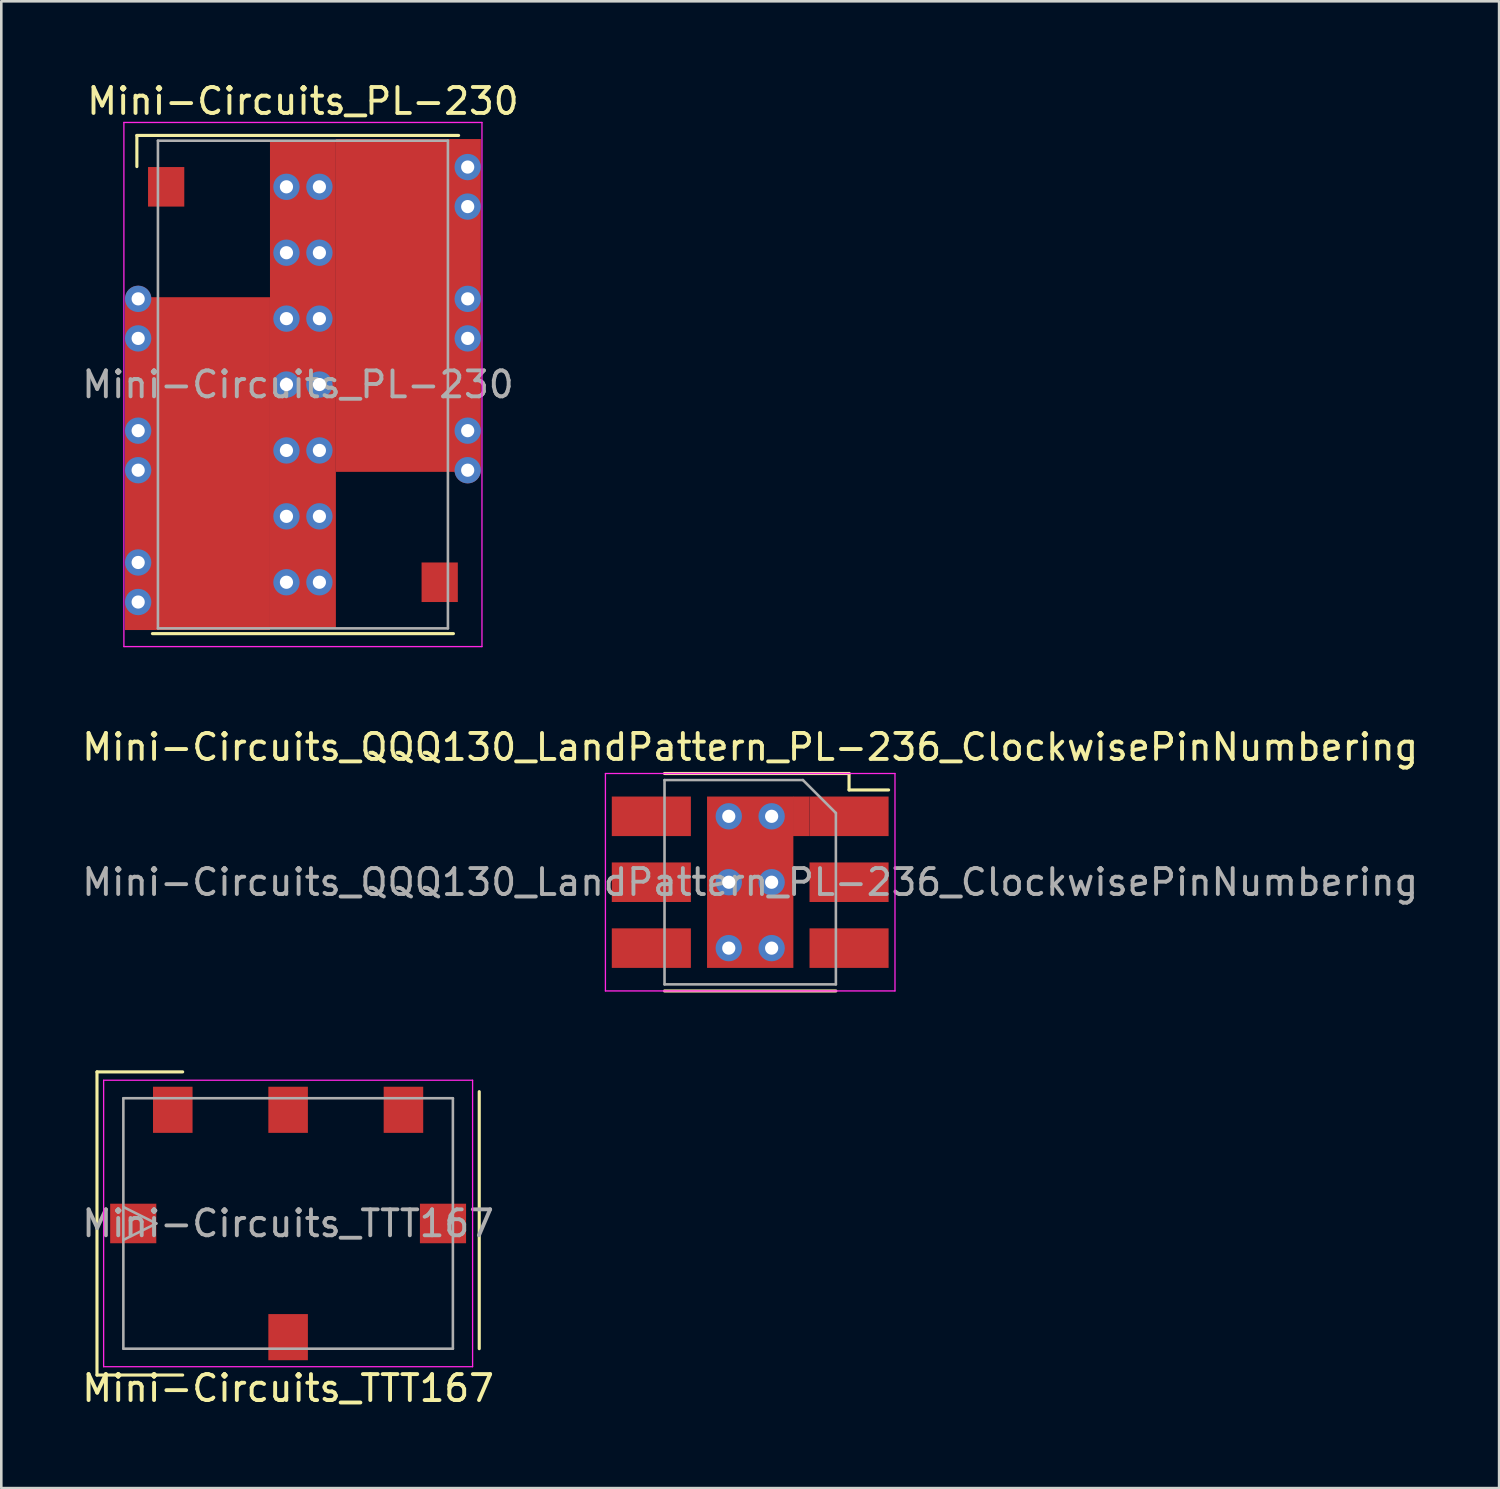
<source format=kicad_pcb>
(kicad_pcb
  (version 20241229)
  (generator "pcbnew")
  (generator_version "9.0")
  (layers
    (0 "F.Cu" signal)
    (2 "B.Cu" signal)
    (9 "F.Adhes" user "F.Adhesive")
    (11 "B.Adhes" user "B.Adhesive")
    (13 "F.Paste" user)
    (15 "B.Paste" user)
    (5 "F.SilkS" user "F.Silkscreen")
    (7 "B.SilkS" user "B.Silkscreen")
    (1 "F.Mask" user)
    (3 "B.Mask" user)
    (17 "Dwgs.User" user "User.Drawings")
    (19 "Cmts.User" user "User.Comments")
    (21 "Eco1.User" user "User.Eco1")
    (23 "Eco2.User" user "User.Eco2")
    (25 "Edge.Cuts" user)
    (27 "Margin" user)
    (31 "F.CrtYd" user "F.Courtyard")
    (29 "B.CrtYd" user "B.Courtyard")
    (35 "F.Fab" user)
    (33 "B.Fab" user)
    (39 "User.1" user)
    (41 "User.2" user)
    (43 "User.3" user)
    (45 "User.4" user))
  (footprint "Mini-Circuits_TTT167"
    (layer "F.Cu")
    (at 8.054 44.103)
    (property "Reference" "Mini-Circuits_TTT167" (at 0 6.35 180) (layer "F.SilkS") (effects (font (size 1 1) (thickness 0.15))))
    (attr smd)
    (fp_line (start -7.366 -5.842) (end -7.366 5.842) (stroke (width 0.12) (type solid)) (layer "F.SilkS"))
    (fp_line (start -7.366 5.842) (end -4.064 5.842) (stroke (width 0.12) (type solid)) (layer "F.SilkS"))
    (fp_line (start -4.064 -5.842) (end -7.366 -5.842) (stroke (width 0.12) (type solid)) (layer "F.SilkS"))
    (fp_line (start 7.366 4.826) (end 7.366 -5.08) (stroke (width 0.12) (type solid)) (layer "F.SilkS"))
    (fp_line (start -7.11 -5.52) (end -7.11 5.52) (stroke (width 0.05) (type solid)) (layer "F.CrtYd"))
    (fp_line (start -7.11 -5.52) (end 7.11 -5.52) (stroke (width 0.05) (type solid)) (layer "F.CrtYd"))
    (fp_line (start 7.11 5.52) (end -7.11 5.52) (stroke (width 0.05) (type solid)) (layer "F.CrtYd"))
    (fp_line (start 7.11 5.52) (end 7.11 -5.52) (stroke (width 0.05) (type solid)) (layer "F.CrtYd"))
    (fp_line (start -6.35 -4.826) (end 6.35 -4.826) (stroke (width 0.1) (type solid)) (layer "F.Fab"))
    (fp_line (start -6.35 -0.635) (end -5.08 0) (stroke (width 0.1) (type solid)) (layer "F.Fab"))
    (fp_line (start -6.35 4.826) (end -6.35 -4.826) (stroke (width 0.1) (type solid)) (layer "F.Fab"))
    (fp_line (start -5.08 0) (end -6.35 0.635) (stroke (width 0.1) (type solid)) (layer "F.Fab"))
    (fp_line (start 6.35 -4.826) (end 6.35 4.826) (stroke (width 0.1) (type solid)) (layer "F.Fab"))
    (fp_line (start 6.35 4.826) (end -6.35 4.826) (stroke (width 0.1) (type solid)) (layer "F.Fab"))
    (fp_text user "${REFERENCE}" (at 0 0 180) (layer "F.Fab") (effects (font (size 1 1) (thickness 0.15))))
    (pad "1" smd rect (at -5.969 0) (size 1.778 1.524) (layers "F.Cu" "F.Mask" "F.Paste"))
    (pad "2" smd rect (at 5.969 0 180) (size 1.778 1.524) (layers "F.Cu" "F.Mask" "F.Paste"))
    (pad "3" smd rect (at 0 -4.381 270) (size 1.778 1.524) (layers "F.Cu" "F.Mask" "F.Paste"))
    (pad "4" smd rect (at 0 4.381 90) (size 1.778 1.524) (layers "F.Cu" "F.Mask" "F.Paste"))
    (pad "5" smd rect (at 4.445 -4.381 270) (size 1.778 1.524) (layers "F.Cu" "F.Mask" "F.Paste"))
    (pad "6" smd rect (at -4.445 -4.381 270) (size 1.778 1.524) (layers "F.Cu" "F.Mask" "F.Paste")))
  (footprint "Mini-Circuits_PL-230"
    (layer "F.Cu")
    (at 8.625 11.77)
    (property "Reference" "Mini-Circuits_PL-230" (at 0 -10.922 0) (layer "F.SilkS") (effects (font (size 1 1) (thickness 0.15))))
    (attr smd)
    (fp_line (start -6.4 -9.6) (end -6.4 -8.4) (stroke (width 0.12) (type solid)) (layer "F.SilkS"))
    (fp_line (start 5.8 9.6) (end -5.8 9.6) (stroke (width 0.12) (type solid)) (layer "F.SilkS"))
    (fp_line (start 6 -9.6) (end -6.4 -9.6) (stroke (width 0.12) (type solid)) (layer "F.SilkS"))
    (fp_line (start -6.9 -10.1) (end 6.9 -10.1) (stroke (width 0.05) (type solid)) (layer "F.CrtYd"))
    (fp_line (start -6.9 10.1) (end -6.9 -10.1) (stroke (width 0.05) (type solid)) (layer "F.CrtYd"))
    (fp_line (start 6.9 -10.1) (end 6.9 10.1) (stroke (width 0.05) (type solid)) (layer "F.CrtYd"))
    (fp_line (start 6.9 10.1) (end -6.9 10.1) (stroke (width 0.05) (type solid)) (layer "F.CrtYd"))
    (fp_line (start -5.588 -9.398) (end -5.588 9.398) (stroke (width 0.1) (type solid)) (layer "F.Fab"))
    (fp_line (start 5.588 -9.398) (end -5.588 -9.398) (stroke (width 0.1) (type solid)) (layer "F.Fab"))
    (fp_line (start 5.588 9.398) (end -5.588 9.398) (stroke (width 0.1) (type solid)) (layer "F.Fab"))
    (fp_line (start 5.588 9.398) (end 5.588 -9.398) (stroke (width 0.1) (type solid)) (layer "F.Fab"))
    (fp_text user "${REFERENCE}" (at -0.191 0 180) (layer "F.Fab") (effects (font (size 1 1) (thickness 0.15))))
    (pad "1" smd rect (at -5.271 -7.62 270) (size 1.524 1.397) (layers "F.Cu" "F.Mask" "F.Paste"))
    (pad "2" smd rect (at 5.271 -7.62 270) (size 1.524 1.397) (layers "F.Cu" "F.Mask" "F.Paste"))
    (pad "2" thru_hole circle (at 6.35 -8.382 270) (size 1.016 1.016) (drill 0.508) (layers "*.Cu"))
    (pad "2" thru_hole circle (at 6.35 -6.858 270) (size 1.016 1.016) (drill 0.508) (layers "*.Cu"))
    (pad "3" thru_hole circle (at -6.35 -3.302 270) (size 1.016 1.016) (drill 0.508) (layers "*.Cu"))
    (pad "3" thru_hole circle (at -6.35 -1.778 270) (size 1.016 1.016) (drill 0.508) (layers "*.Cu"))
    (pad "3" smd rect (at -5.271 -2.54 270) (size 1.524 1.397) (layers "F.Cu" "F.Mask" "F.Paste"))
    (pad "4" smd rect (at 5.271 -2.54 270) (size 1.524 1.397) (layers "F.Cu" "F.Mask" "F.Paste"))
    (pad "4" thru_hole circle (at 6.35 -3.302 270) (size 1.016 1.016) (drill 0.508) (layers "*.Cu"))
    (pad "4" thru_hole circle (at 6.35 -1.778 270) (size 1.016 1.016) (drill 0.508) (layers "*.Cu"))
    (pad "5" thru_hole circle (at -6.35 1.778 270) (size 1.016 1.016) (drill 0.508) (layers "*.Cu"))
    (pad "5" thru_hole circle (at -6.35 3.302 270) (size 1.016 1.016) (drill 0.508) (layers "*.Cu"))
    (pad "5" smd rect (at -5.271 2.54 270) (size 1.524 1.397) (layers "F.Cu" "F.Mask" "F.Paste"))
    (pad "6" smd rect (at 5.271 2.54 270) (size 1.524 1.397) (layers "F.Cu" "F.Mask" "F.Paste"))
    (pad "6" thru_hole circle (at 6.35 1.778 270) (size 1.016 1.016) (drill 0.508) (layers "*.Cu"))
    (pad "6" thru_hole circle (at 6.35 3.302 270) (size 1.016 1.016) (drill 0.508) (layers "*.Cu"))
    (pad "7" thru_hole circle (at -6.35 6.858 270) (size 1.016 1.016) (drill 0.508) (layers "*.Cu"))
    (pad "7" thru_hole circle (at -6.35 8.382 270) (size 1.016 1.016) (drill 0.508) (layers "*.Cu"))
    (pad "7" smd rect (at -5.271 7.62 270) (size 1.524 1.397) (layers "F.Cu" "F.Mask" "F.Paste"))
    (pad "7" smd rect (at -4.064 3.048 270) (size 12.827 5.588) (layers "F.Cu"))
    (pad "7" thru_hole circle (at -0.635 -7.62 270) (size 1.016 1.016) (drill 0.508) (layers "*.Cu"))
    (pad "7" thru_hole circle (at -0.635 -5.08 270) (size 1.016 1.016) (drill 0.508) (layers "*.Cu"))
    (pad "7" thru_hole circle (at -0.635 -2.54 270) (size 1.016 1.016) (drill 0.508) (layers "*.Cu"))
    (pad "7" thru_hole circle (at -0.635 0 270) (size 1.016 1.016) (drill 0.508) (layers "*.Cu"))
    (pad "7" thru_hole circle (at -0.635 2.54 270) (size 1.016 1.016) (drill 0.508) (layers "*.Cu"))
    (pad "7" thru_hole circle (at -0.635 5.08 270) (size 1.016 1.016) (drill 0.508) (layers "*.Cu"))
    (pad "7" thru_hole circle (at -0.635 7.62 270) (size 1.016 1.016) (drill 0.508) (layers "*.Cu"))
    (pad "7" smd rect (at 0 0 270) (size 18.796 2.54) (layers "F.Cu"))
    (pad "7" thru_hole circle (at 0.635 -7.62 270) (size 1.016 1.016) (drill 0.508) (layers "*.Cu"))
    (pad "7" thru_hole circle (at 0.635 -5.08 270) (size 1.016 1.016) (drill 0.508) (layers "*.Cu"))
    (pad "7" thru_hole circle (at 0.635 -2.54 270) (size 1.016 1.016) (drill 0.508) (layers "*.Cu"))
    (pad "7" thru_hole circle (at 0.635 0 270) (size 1.016 1.016) (drill 0.508) (layers "*.Cu"))
    (pad "7" thru_hole circle (at 0.635 2.54 270) (size 1.016 1.016) (drill 0.508) (layers "*.Cu"))
    (pad "7" thru_hole circle (at 0.635 5.08 270) (size 1.016 1.016) (drill 0.508) (layers "*.Cu"))
    (pad "7" thru_hole circle (at 0.635 7.62 270) (size 1.016 1.016) (drill 0.508) (layers "*.Cu"))
    (pad "7" smd rect (at 4.064 -3.048 270) (size 12.827 5.588) (layers "F.Cu"))
    (pad "8" smd rect (at 5.271 7.62 270) (size 1.524 1.397) (layers "F.Cu" "F.Mask" "F.Paste")))
  (footprint "Mini-Circuits_QQQ130_LandPattern_PL-236_ClockwisePinNumbering"
    (layer "F.Cu")
    (at 25.863 30.951)
    (property "Reference" "Mini-Circuits_QQQ130_LandPattern_PL-236_ClockwisePinNumbering" (at 0 -5.207 0) (layer "F.SilkS") (effects (font (size 1 1) (thickness 0.15))))
    (attr smd)
    (fp_line (start 3.302 4.191) (end -3.302 4.191) (stroke (width 0.12) (type solid)) (layer "F.SilkS"))
    (fp_line (start 3.81 -4.191) (end -3.302 -4.191) (stroke (width 0.12) (type solid)) (layer "F.SilkS"))
    (fp_line (start 3.81 -3.556) (end 3.81 -4.191) (stroke (width 0.12) (type solid)) (layer "F.SilkS"))
    (fp_line (start 3.81 -3.556) (end 5.334 -3.556) (stroke (width 0.12) (type solid)) (layer "F.SilkS"))
    (fp_line (start -5.58 -4.19) (end -5.58 4.19) (stroke (width 0.05) (type solid)) (layer "F.CrtYd"))
    (fp_line (start -5.58 -4.19) (end 5.58 -4.19) (stroke (width 0.05) (type solid)) (layer "F.CrtYd"))
    (fp_line (start 5.58 4.19) (end -5.58 4.19) (stroke (width 0.05) (type solid)) (layer "F.CrtYd"))
    (fp_line (start 5.58 4.19) (end 5.58 -4.19) (stroke (width 0.05) (type solid)) (layer "F.CrtYd"))
    (fp_line (start -3.302 -3.937) (end -3.302 3.937) (stroke (width 0.1) (type solid)) (layer "F.Fab"))
    (fp_line (start -3.302 -3.937) (end 2.032 -3.937) (stroke (width 0.1) (type solid)) (layer "F.Fab"))
    (fp_line (start 3.302 -2.667) (end 2.032 -3.937) (stroke (width 0.1) (type solid)) (layer "F.Fab"))
    (fp_line (start 3.302 3.937) (end -3.302 3.937) (stroke (width 0.1) (type solid)) (layer "F.Fab"))
    (fp_line (start 3.302 3.937) (end 3.302 -2.667) (stroke (width 0.1) (type solid)) (layer "F.Fab"))
    (fp_text user "${REFERENCE}" (at 0 0 0) (layer "F.Fab") (effects (font (size 1 1) (thickness 0.15))))
    (pad "1" thru_hole circle (at -0.826 -2.54 270) (size 1.016 1.016) (drill 0.508) (layers "*.Cu"))
    (pad "1" thru_hole circle (at -0.826 0 270) (size 1.016 1.016) (drill 0.508) (layers "*.Cu"))
    (pad "1" thru_hole circle (at -0.826 2.54 270) (size 1.016 1.016) (drill 0.508) (layers "*.Cu"))
    (pad "1" smd rect (at 0 0) (size 3.327 6.604) (layers "F.Cu"))
    (pad "1" thru_hole circle (at 0.826 -2.54 270) (size 1.016 1.016) (drill 0.508) (layers "*.Cu"))
    (pad "1" thru_hole circle (at 0.826 0 270) (size 1.016 1.016) (drill 0.508) (layers "*.Cu"))
    (pad "1" thru_hole circle (at 0.826 2.54 270) (size 1.016 1.016) (drill 0.508) (layers "*.Cu"))
    (pad "1" smd rect (at 1.968 -2.54) (size 0.635 1.524) (layers "F.Cu"))
    (pad "1" smd rect (at 3.81 -2.54 270) (size 1.524 3.048) (layers "F.Cu" "F.Mask" "F.Paste"))
    (pad "2" smd rect (at 3.81 0 270) (size 1.524 3.048) (layers "F.Cu" "F.Mask" "F.Paste"))
    (pad "3" smd rect (at 3.81 2.54 270) (size 1.524 3.048) (layers "F.Cu" "F.Mask" "F.Paste"))
    (pad "4" smd rect (at -3.81 2.54 270) (size 1.524 3.048) (layers "F.Cu" "F.Mask" "F.Paste"))
    (pad "5" smd rect (at -3.81 0 270) (size 1.524 3.048) (layers "F.Cu" "F.Mask" "F.Paste"))
    (pad "6" smd rect (at -3.81 -2.54 270) (size 1.524 3.048) (layers "F.Cu" "F.Mask" "F.Paste")))
  (gr_rect
    (start -3 -3)
    (end 54.726 54.302)
    (stroke (width 0.1) (type default))
    (fill no)
    (layer "Edge.Cuts")))
</source>
